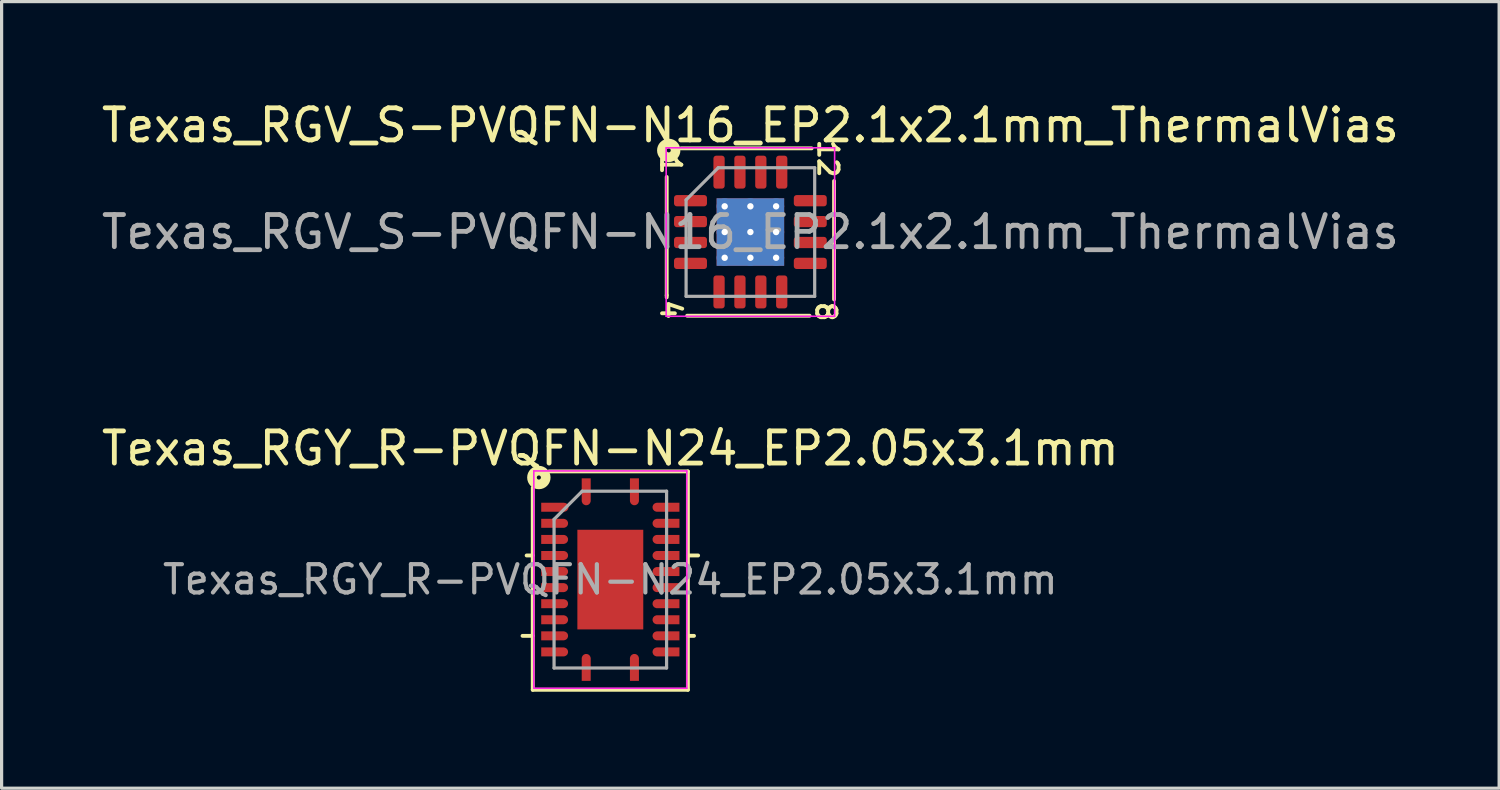
<source format=kicad_pcb>
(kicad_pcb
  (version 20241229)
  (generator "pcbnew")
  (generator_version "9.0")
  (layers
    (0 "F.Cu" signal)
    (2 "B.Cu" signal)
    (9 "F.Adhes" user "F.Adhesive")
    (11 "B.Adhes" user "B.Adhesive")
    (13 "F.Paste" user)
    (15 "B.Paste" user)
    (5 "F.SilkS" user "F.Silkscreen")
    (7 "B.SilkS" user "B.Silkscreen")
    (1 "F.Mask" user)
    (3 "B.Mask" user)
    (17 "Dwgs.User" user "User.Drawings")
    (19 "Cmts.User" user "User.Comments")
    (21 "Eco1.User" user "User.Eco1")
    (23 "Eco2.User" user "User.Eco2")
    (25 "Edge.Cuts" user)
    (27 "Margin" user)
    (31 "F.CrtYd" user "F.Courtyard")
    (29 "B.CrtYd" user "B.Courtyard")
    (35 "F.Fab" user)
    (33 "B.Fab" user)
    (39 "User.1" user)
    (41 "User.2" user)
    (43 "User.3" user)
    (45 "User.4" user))
  (footprint "Texas_RGV_S-PVQFN-N16_EP2.1x2.1mm_ThermalVias"
    (layer "F.Cu")
    (at 20.292 4.168)
    (property "Reference" "Texas_RGV_S-PVQFN-N16_EP2.1x2.1mm_ThermalVias" (at 0 -3.32 0) (layer "F.SilkS") (effects (font (size 1 1) (thickness 0.15))))
    (attr smd)
    (fp_line (start -2.603 -1.714) (end -2.603 1.968) (stroke (width 0.12) (type solid)) (layer "F.SilkS"))
    (fp_line (start -2.603 1.968) (end -2.603 2.032) (stroke (width 0.12) (type solid)) (layer "F.SilkS"))
    (fp_line (start -1.968 2.603) (end 1.841 2.603) (stroke (width 0.12) (type solid)) (layer "F.SilkS"))
    (fp_line (start 1.905 -2.603) (end -2.159 -2.603) (stroke (width 0.12) (type solid)) (layer "F.SilkS"))
    (fp_line (start 2.603 2.095) (end 2.603 -1.587) (stroke (width 0.12) (type solid)) (layer "F.SilkS"))
    (fp_circle (center -2.54 -2.54) (end -2.477 -2.54) (stroke (width 0.3) (type solid)) (fill no) (layer "F.SilkS"))
    (fp_line (start -2.62 -2.62) (end -2.62 2.62) (stroke (width 0.05) (type solid)) (layer "F.CrtYd"))
    (fp_line (start -2.62 2.62) (end 2.62 2.62) (stroke (width 0.05) (type solid)) (layer "F.CrtYd"))
    (fp_line (start 2.62 -2.62) (end -2.62 -2.62) (stroke (width 0.05) (type solid)) (layer "F.CrtYd"))
    (fp_line (start 2.62 2.62) (end 2.62 -2.62) (stroke (width 0.05) (type solid)) (layer "F.CrtYd"))
    (fp_line (start -2 -1) (end -1 -2) (stroke (width 0.1) (type solid)) (layer "F.Fab"))
    (fp_line (start -2 2) (end -2 -1) (stroke (width 0.1) (type solid)) (layer "F.Fab"))
    (fp_line (start -1 -2) (end 2 -2) (stroke (width 0.1) (type solid)) (layer "F.Fab"))
    (fp_line (start 2 -2) (end 2 2) (stroke (width 0.1) (type solid)) (layer "F.Fab"))
    (fp_line (start 2 2) (end -2 2) (stroke (width 0.1) (type solid)) (layer "F.Fab"))
    (fp_text user "12" (at 2.413 -2.286 270) (unlocked yes) (layer "F.SilkS") (effects (font (size 0.6 0.6) (thickness 0.12))))
    (fp_text user "1" (at -2.477 -2.095 270) (unlocked yes) (layer "F.SilkS") (effects (font (size 0.6 0.6) (thickness 0.12))))
    (fp_text user "4" (at -2.477 2.413 270) (unlocked yes) (layer "F.SilkS") (effects (font (size 0.6 0.6) (thickness 0.12))))
    (fp_text user "8" (at 2.349 2.477 270) (unlocked yes) (layer "F.SilkS") (effects (font (size 0.6 0.6) (thickness 0.12))))
    (fp_text user "${REFERENCE}" (at 0 0 0) (layer "F.Fab") (effects (font (size 1 1) (thickness 0.15))))
    (pad "" smd roundrect (at -0.525 -0.525) (size 0.91 0.91) (layers "F.Paste") (roundrect_rratio 0.25))
    (pad "" smd roundrect (at -0.525 0.525) (size 0.91 0.91) (layers "F.Paste") (roundrect_rratio 0.25))
    (pad "" smd roundrect (at 0.525 -0.525) (size 0.91 0.91) (layers "F.Paste") (roundrect_rratio 0.25))
    (pad "" smd roundrect (at 0.525 0.525) (size 0.91 0.91) (layers "F.Paste") (roundrect_rratio 0.25))
    (pad "1" smd roundrect (at -1.863 -0.975) (size 1.025 0.35) (layers "F.Cu" "F.Mask" "F.Paste") (roundrect_rratio 0.25))
    (pad "2" smd roundrect (at -1.863 -0.325) (size 1.025 0.35) (layers "F.Cu" "F.Mask" "F.Paste") (roundrect_rratio 0.25))
    (pad "3" smd roundrect (at -1.863 0.325) (size 1.025 0.35) (layers "F.Cu" "F.Mask" "F.Paste") (roundrect_rratio 0.25))
    (pad "4" smd roundrect (at -1.863 0.975) (size 1.025 0.35) (layers "F.Cu" "F.Mask" "F.Paste") (roundrect_rratio 0.25))
    (pad "5" smd roundrect (at -0.975 1.863) (size 0.35 1.025) (layers "F.Cu" "F.Mask" "F.Paste") (roundrect_rratio 0.25))
    (pad "6" smd roundrect (at -0.325 1.863) (size 0.35 1.025) (layers "F.Cu" "F.Mask" "F.Paste") (roundrect_rratio 0.25))
    (pad "7" smd roundrect (at 0.325 1.863) (size 0.35 1.025) (layers "F.Cu" "F.Mask" "F.Paste") (roundrect_rratio 0.25))
    (pad "8" smd roundrect (at 0.975 1.863) (size 0.35 1.025) (layers "F.Cu" "F.Mask" "F.Paste") (roundrect_rratio 0.25))
    (pad "9" smd roundrect (at 1.863 0.975) (size 1.025 0.35) (layers "F.Cu" "F.Mask" "F.Paste") (roundrect_rratio 0.25))
    (pad "10" smd roundrect (at 1.863 0.325) (size 1.025 0.35) (layers "F.Cu" "F.Mask" "F.Paste") (roundrect_rratio 0.25))
    (pad "11" smd roundrect (at 1.863 -0.325) (size 1.025 0.35) (layers "F.Cu" "F.Mask" "F.Paste") (roundrect_rratio 0.25))
    (pad "12" smd roundrect (at 1.863 -0.975) (size 1.025 0.35) (layers "F.Cu" "F.Mask" "F.Paste") (roundrect_rratio 0.25))
    (pad "13" smd roundrect (at 0.975 -1.863) (size 0.35 1.025) (layers "F.Cu" "F.Mask" "F.Paste") (roundrect_rratio 0.25))
    (pad "14" smd roundrect (at 0.325 -1.863) (size 0.35 1.025) (layers "F.Cu" "F.Mask" "F.Paste") (roundrect_rratio 0.25))
    (pad "15" smd roundrect (at -0.325 -1.863) (size 0.35 1.025) (layers "F.Cu" "F.Mask" "F.Paste") (roundrect_rratio 0.25))
    (pad "16" smd roundrect (at -0.975 -1.863) (size 0.35 1.025) (layers "F.Cu" "F.Mask" "F.Paste") (roundrect_rratio 0.25))
    (pad "17" thru_hole circle (at -0.8 -0.8) (size 0.5 0.5) (drill 0.2) (layers "*.Cu"))
    (pad "17" thru_hole circle (at -0.8 0) (size 0.5 0.5) (drill 0.2) (layers "*.Cu"))
    (pad "17" thru_hole circle (at -0.8 0.8) (size 0.5 0.5) (drill 0.2) (layers "*.Cu"))
    (pad "17" thru_hole circle (at 0 -0.8) (size 0.5 0.5) (drill 0.2) (layers "*.Cu"))
    (pad "17" thru_hole circle (at 0 0) (size 0.5 0.5) (drill 0.2) (layers "*.Cu"))
    (pad "17" smd rect (at 0 0) (size 2.1 2.1) (layers "F.Cu" "F.Mask"))
    (pad "17" smd rect (at 0 0) (size 2.1 2.1) (layers "B.Cu" "B.Mask"))
    (pad "17" thru_hole circle (at 0 0.8) (size 0.5 0.5) (drill 0.2) (layers "*.Cu"))
    (pad "17" thru_hole circle (at 0.8 -0.8) (size 0.5 0.5) (drill 0.2) (layers "*.Cu"))
    (pad "17" thru_hole circle (at 0.8 0) (size 0.5 0.5) (drill 0.2) (layers "*.Cu"))
    (pad "17" thru_hole circle (at 0.8 0.8) (size 0.5 0.5) (drill 0.2) (layers "*.Cu")))
  (footprint "Texas_RGY_R-PVQFN-N24_EP2.05x3.1mm"
    (layer "F.Cu")
    (at 15.935 14.979)
    (property "Reference" "Texas_RGY_R-PVQFN-N24_EP2.05x3.1mm" (at 0 -4.08 0) (layer "F.SilkS") (effects (font (size 1 1) (thickness 0.15))))
    (attr smd)
    (fp_line (start -2.413 -2.857) (end -2.413 3.429) (stroke (width 0.12) (type solid)) (layer "F.SilkS"))
    (fp_line (start -2.413 -0.75) (end -2.603 -0.75) (stroke (width 0.12) (type solid)) (layer "F.SilkS"))
    (fp_line (start -2.413 1.75) (end -2.731 1.75) (stroke (width 0.12) (type solid)) (layer "F.SilkS"))
    (fp_line (start -2.413 3.429) (end 2.413 3.429) (stroke (width 0.12) (type solid)) (layer "F.SilkS"))
    (fp_line (start 2.413 -3.365) (end -1.905 -3.365) (stroke (width 0.12) (type solid)) (layer "F.SilkS"))
    (fp_line (start 2.413 -0.75) (end 2.731 -0.75) (stroke (width 0.12) (type solid)) (layer "F.SilkS"))
    (fp_line (start 2.413 1.75) (end 2.603 1.75) (stroke (width 0.12) (type solid)) (layer "F.SilkS"))
    (fp_line (start 2.413 3.429) (end 2.413 -3.365) (stroke (width 0.12) (type solid)) (layer "F.SilkS"))
    (fp_circle (center -2.223 -3.175) (end -2.159 -3.175) (stroke (width 0.3) (type solid)) (fill no) (layer "F.SilkS"))
    (fp_line (start -2.38 -3.38) (end -2.38 3.38) (stroke (width 0.05) (type solid)) (layer "F.CrtYd"))
    (fp_line (start -2.38 3.38) (end 2.38 3.38) (stroke (width 0.05) (type solid)) (layer "F.CrtYd"))
    (fp_line (start 2.38 -3.38) (end -2.38 -3.38) (stroke (width 0.05) (type solid)) (layer "F.CrtYd"))
    (fp_line (start 2.38 3.38) (end 2.38 -3.38) (stroke (width 0.05) (type solid)) (layer "F.CrtYd"))
    (fp_line (start -1.75 -1.875) (end -0.875 -2.75) (stroke (width 0.1) (type solid)) (layer "F.Fab"))
    (fp_line (start -1.75 2.75) (end -1.75 -1.875) (stroke (width 0.1) (type solid)) (layer "F.Fab"))
    (fp_line (start -0.875 -2.75) (end 1.75 -2.75) (stroke (width 0.1) (type solid)) (layer "F.Fab"))
    (fp_line (start 1.75 -2.75) (end 1.75 2.75) (stroke (width 0.1) (type solid)) (layer "F.Fab"))
    (fp_line (start 1.75 2.75) (end -1.75 2.75) (stroke (width 0.1) (type solid)) (layer "F.Fab"))
    (fp_text user "${REFERENCE}" (at 0 0 0) (layer "F.Fab") (effects (font (size 0.88 0.88) (thickness 0.13))))
    (pad "" smd rect (at -0.56 -0.81) (size 0.82 1.32) (layers "F.Paste"))
    (pad "" smd rect (at -0.56 0.81) (size 0.82 1.32) (layers "F.Paste"))
    (pad "" smd rect (at 0.56 -0.81) (size 0.82 1.32) (layers "F.Paste"))
    (pad "" smd rect (at 0.56 0.81) (size 0.82 1.32) (layers "F.Paste"))
    (pad "1" smd custom (at -0.75 -2.795) (size 0.28 0.71) (layers "F.Cu" "F.Mask" "F.Paste") (options (anchor rect)) (primitives (gr_circle (center 0 0.343) (end 0.14 0.343) (width 0) (fill yes))))
    (pad "2" smd custom (at -1.795 -2.25) (size 0.71 0.28) (layers "F.Cu" "F.Mask" "F.Paste") (options (anchor rect)) (primitives (gr_circle (center 0.355 0) (end 0.495 0) (width 0) (fill yes))))
    (pad "3" smd custom (at -1.795 -1.75) (size 0.71 0.28) (layers "F.Cu" "F.Mask" "F.Paste") (options (anchor rect)) (primitives (gr_circle (center 0.343 0) (end 0.482 0) (width 0) (fill yes))))
    (pad "4" smd custom (at -1.795 -1.25) (size 0.71 0.28) (layers "F.Cu" "F.Mask" "F.Paste") (options (anchor rect)) (primitives (gr_circle (center 0.343 0) (end 0.482 0) (width 0) (fill yes))))
    (pad "5" smd custom (at -1.795 -0.75) (size 0.71 0.28) (layers "F.Cu" "F.Mask" "F.Paste") (options (anchor rect)) (primitives (gr_circle (center 0.343 0) (end 0.482 0) (width 0) (fill yes))))
    (pad "6" smd custom (at -1.795 -0.25) (size 0.71 0.28) (layers "F.Cu" "F.Mask" "F.Paste") (options (anchor rect)) (primitives (gr_circle (center 0.343 0) (end 0.482 0) (width 0) (fill yes))))
    (pad "7" smd custom (at -1.795 0.25) (size 0.71 0.28) (layers "F.Cu" "F.Mask" "F.Paste") (options (anchor rect)) (primitives (gr_circle (center 0.343 0) (end 0.482 0) (width 0) (fill yes))))
    (pad "8" smd custom (at -1.795 0.75) (size 0.71 0.28) (layers "F.Cu" "F.Mask" "F.Paste") (options (anchor rect)) (primitives (gr_circle (center 0.343 0) (end 0.482 0) (width 0) (fill yes))))
    (pad "9" smd custom (at -1.795 1.25) (size 0.71 0.28) (layers "F.Cu" "F.Mask" "F.Paste") (options (anchor rect)) (primitives (gr_circle (center 0.343 0) (end 0.482 0) (width 0) (fill yes))))
    (pad "10" smd custom (at -1.795 1.75) (size 0.71 0.28) (layers "F.Cu" "F.Mask" "F.Paste") (options (anchor rect)) (primitives (gr_circle (center 0.343 0) (end 0.482 0) (width 0) (fill yes))))
    (pad "11" smd custom (at -1.795 2.25) (size 0.71 0.28) (layers "F.Cu" "F.Mask" "F.Paste") (options (anchor rect)) (primitives (gr_circle (center 0.343 0) (end 0.482 0) (width 0) (fill yes))))
    (pad "12" smd custom (at -0.75 2.795) (size 0.28 0.71) (layers "F.Cu" "F.Mask" "F.Paste") (options (anchor rect)) (primitives (gr_circle (center 0 -0.343) (end 0.14 -0.343) (width 0) (fill yes))))
    (pad "13" smd custom (at 0.75 2.795) (size 0.28 0.71) (layers "F.Cu" "F.Mask" "F.Paste") (options (anchor rect)) (primitives (gr_circle (center 0 -0.343) (end 0.14 -0.343) (width 0) (fill yes))))
    (pad "14" smd custom (at 1.795 2.25) (size 0.71 0.28) (layers "F.Cu" "F.Mask" "F.Paste") (options (anchor rect)) (primitives (gr_circle (center -0.343 0) (end -0.203 0) (width 0) (fill yes))))
    (pad "15" smd custom (at 1.795 1.75) (size 0.71 0.28) (layers "F.Cu" "F.Mask" "F.Paste") (options (anchor rect)) (primitives (gr_circle (center -0.343 0) (end -0.203 0) (width 0) (fill yes))))
    (pad "16" smd custom (at 1.795 1.25) (size 0.71 0.28) (layers "F.Cu" "F.Mask" "F.Paste") (options (anchor rect)) (primitives (gr_circle (center -0.343 0) (end -0.203 0) (width 0) (fill yes))))
    (pad "17" smd custom (at 1.795 0.75) (size 0.71 0.28) (layers "F.Cu" "F.Mask" "F.Paste") (options (anchor rect)) (primitives (gr_circle (center -0.343 0) (end -0.203 0) (width 0) (fill yes))))
    (pad "18" smd custom (at 1.795 0.25) (size 0.71 0.28) (layers "F.Cu" "F.Mask" "F.Paste") (options (anchor rect)) (primitives (gr_circle (center -0.343 0) (end -0.203 0) (width 0) (fill yes))))
    (pad "19" smd custom (at 1.795 -0.25) (size 0.71 0.28) (layers "F.Cu" "F.Mask" "F.Paste") (options (anchor rect)) (primitives (gr_circle (center -0.343 0) (end -0.203 0) (width 0) (fill yes))))
    (pad "20" smd custom (at 1.795 -0.75) (size 0.71 0.28) (layers "F.Cu" "F.Mask" "F.Paste") (options (anchor rect)) (primitives (gr_circle (center -0.343 0) (end -0.203 0) (width 0) (fill yes))))
    (pad "21" smd custom (at 1.795 -1.25) (size 0.71 0.28) (layers "F.Cu" "F.Mask" "F.Paste") (options (anchor rect)) (primitives (gr_circle (center -0.343 0) (end -0.203 0) (width 0) (fill yes))))
    (pad "22" smd custom (at 1.795 -1.75) (size 0.71 0.28) (layers "F.Cu" "F.Mask" "F.Paste") (options (anchor rect)) (primitives (gr_circle (center -0.343 0) (end -0.203 0) (width 0) (fill yes))))
    (pad "23" smd custom (at 1.795 -2.25) (size 0.71 0.28) (layers "F.Cu" "F.Mask" "F.Paste") (options (anchor rect)) (primitives (gr_circle (center -0.343 0) (end -0.203 0) (width 0) (fill yes))))
    (pad "24" smd custom (at 0.75 -2.795) (size 0.28 0.71) (layers "F.Cu" "F.Mask" "F.Paste") (options (anchor rect)) (primitives (gr_circle (center 0 0.343) (end 0.14 0.343) (width 0) (fill yes))))
    (pad "25" smd rect (at 0 0) (size 2.05 3.1) (layers "F.Cu" "F.Mask")))
  (gr_rect
    (start -3 -3)
    (end 43.583 21.468)
    (stroke (width 0.1) (type default))
    (fill no)
    (layer "Edge.Cuts")))
</source>
